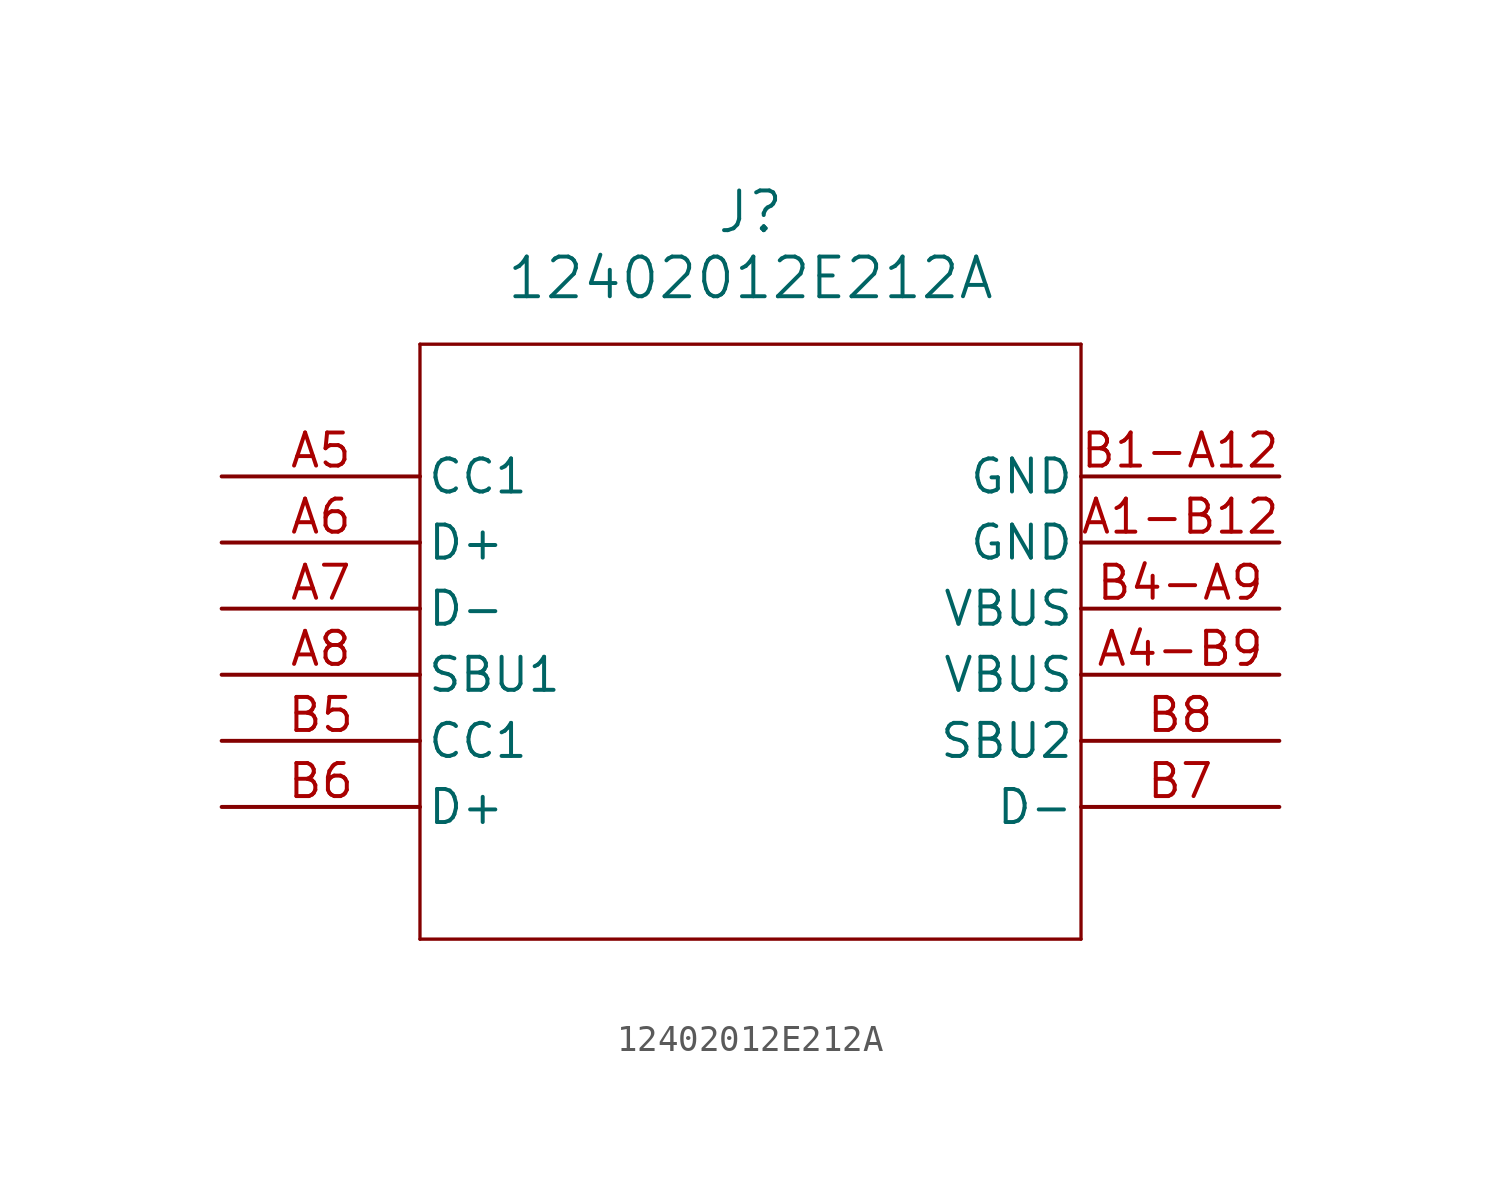
<source format=kicad_sym>
(kicad_symbol_lib
  (version 20211014)
  (generator kicad_symbol_editor)
  (symbol "12402012E212A"
    (pin_names
      (offset 0.254))
    (property "Reference" "J"
      (at 20.32 10.16 0)
      (effects (font (size 1.524 1.524))))
    (property "Value" "12402012E212A"
      (at 20.32 7.62 0)
      (effects (font (size 1.524 1.524))))
    (symbol "12402012E212A_0_1"
      (polyline (pts (xy 7.62 5.08) (xy 7.62 -17.78)) (stroke (width 0.127) (type default) (color 0 0 0 0)) (fill (type none)))
      (polyline (pts (xy 7.62 -17.78) (xy 33.02 -17.78)) (stroke (width 0.127) (type default) (color 0 0 0 0)) (fill (type none)))
      (polyline (pts (xy 33.02 -17.78) (xy 33.02 5.08)) (stroke (width 0.127) (type default) (color 0 0 0 0)) (fill (type none)))
      (polyline (pts (xy 33.02 5.08) (xy 7.62 5.08)) (stroke (width 0.127) (type default) (color 0 0 0 0)) (fill (type none)))
      (pin bidirectional line (at 0 0 0) (length 7.62) (name "CC1" (effects (font (size 1.27 1.27)))) (number "A5" (effects (font (size 1.27 1.27)))))
      (pin bidirectional line (at 0 -2.54 0) (length 7.62) (name "D+" (effects (font (size 1.27 1.27)))) (number "A6" (effects (font (size 1.27 1.27)))))
      (pin bidirectional line (at 0 -5.08 0) (length 7.62) (name "D-" (effects (font (size 1.27 1.27)))) (number "A7" (effects (font (size 1.27 1.27)))))
      (pin bidirectional line (at 0 -7.62 0) (length 7.62) (name "SBU1" (effects (font (size 1.27 1.27)))) (number "A8" (effects (font (size 1.27 1.27)))))
      (pin bidirectional line (at 0 -10.16 0) (length 7.62) (name "CC1" (effects (font (size 1.27 1.27)))) (number "B5" (effects (font (size 1.27 1.27)))))
      (pin bidirectional line (at 0 -12.7 0) (length 7.62) (name "D+" (effects (font (size 1.27 1.27)))) (number "B6" (effects (font (size 1.27 1.27)))))
      (pin bidirectional line (at 40.64 -12.7 180) (length 7.62) (name "D-" (effects (font (size 1.27 1.27)))) (number "B7" (effects (font (size 1.27 1.27)))))
      (pin bidirectional line (at 40.64 -10.16 180) (length 7.62) (name "SBU2" (effects (font (size 1.27 1.27)))) (number "B8" (effects (font (size 1.27 1.27)))))
      (pin power_in line (at 40.64 -7.62 180) (length 7.62) (name "VBUS" (effects (font (size 1.27 1.27)))) (number "A4-B9" (effects (font (size 1.27 1.27)))))
      (pin power_in line (at 40.64 -5.08 180) (length 7.62) (name "VBUS" (effects (font (size 1.27 1.27)))) (number "B4-A9" (effects (font (size 1.27 1.27)))))
      (pin power_out line (at 40.64 -2.54 180) (length 7.62) (name "GND" (effects (font (size 1.27 1.27)))) (number "A1-B12" (effects (font (size 1.27 1.27)))))
      (pin power_out line (at 40.64 0 180) (length 7.62) (name "GND" (effects (font (size 1.27 1.27)))) (number "B1-A12" (effects (font (size 1.27 1.27))))))))
</source>
